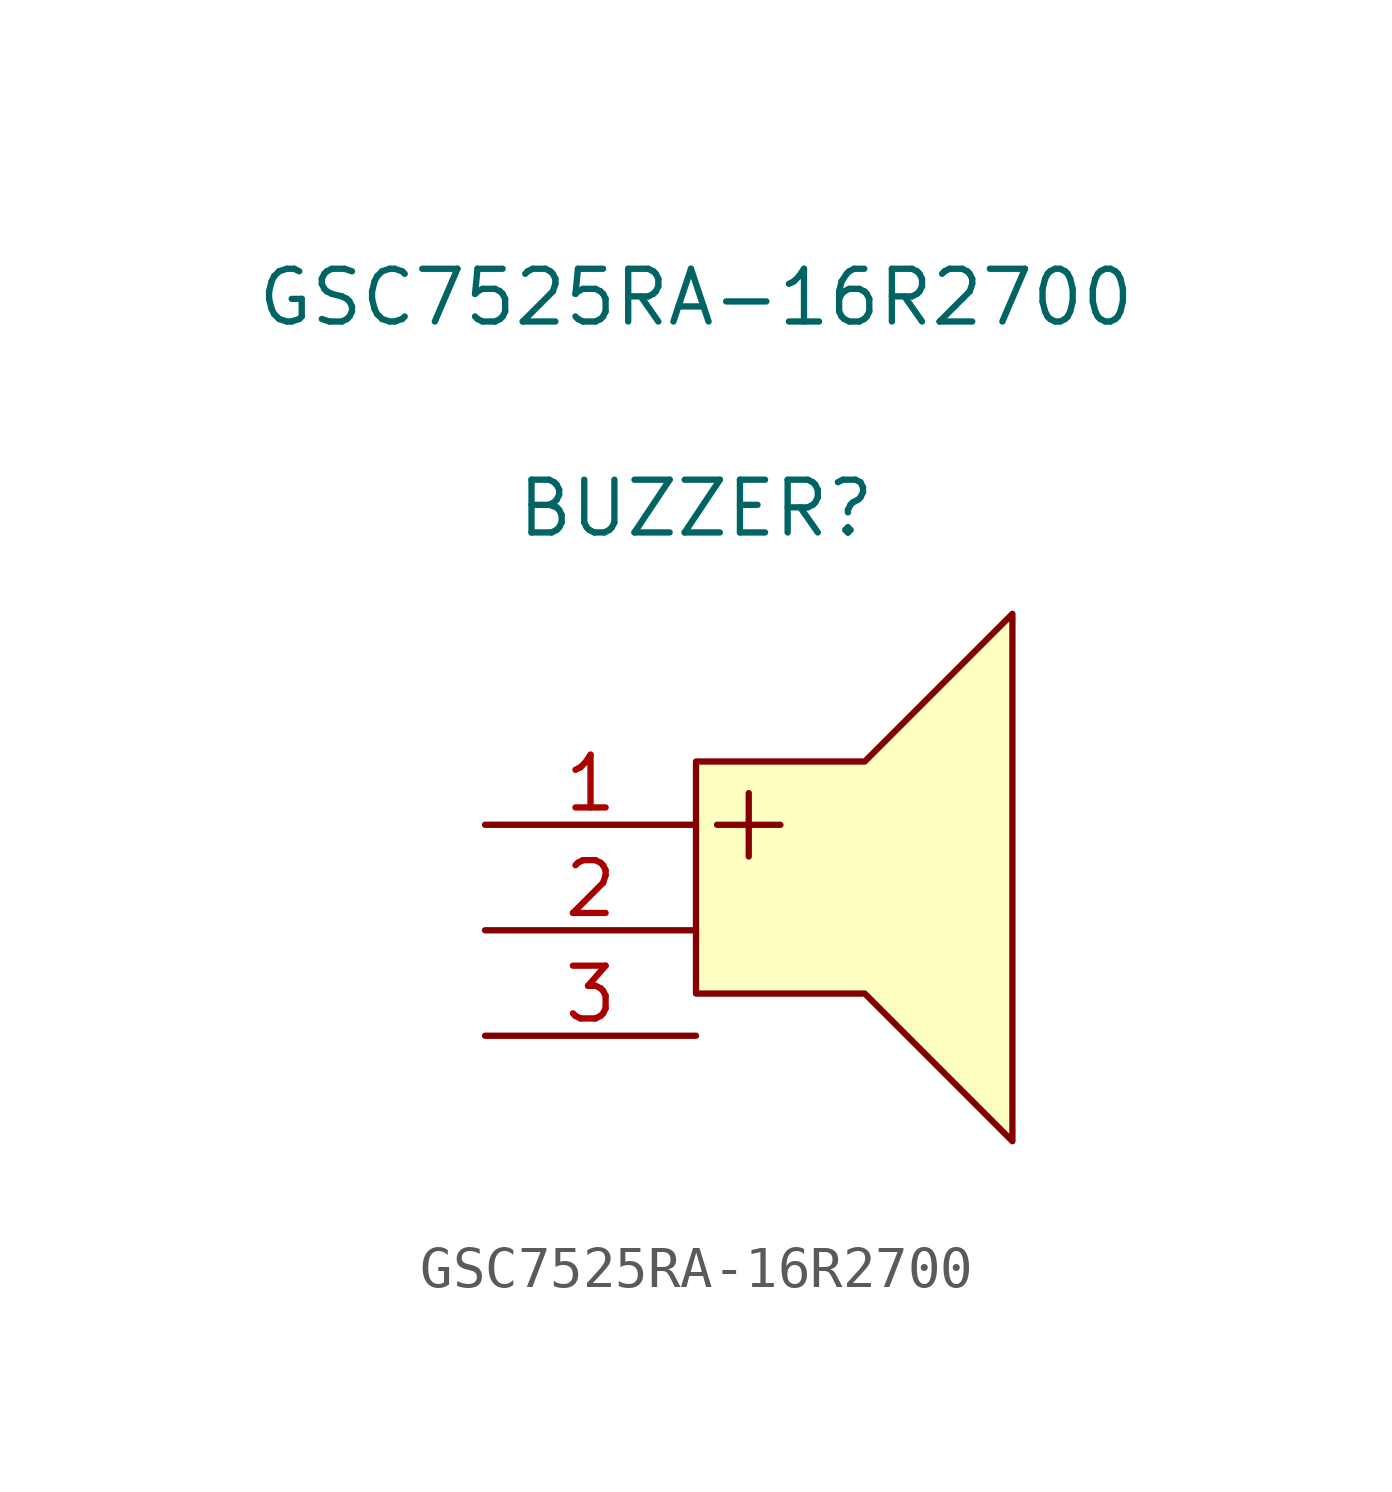
<source format=kicad_sym>
(kicad_symbol_lib
  (version 20220914)
  (generator kicad_symbol_editor)
  (symbol "GSC7525RA-16R2700"
    (pin_names
      (offset 1.016) hide)
    (property "Reference" "BUZZER"
      (at 0 7.62 0)
      (effects (font (size 1.27 1.27))))
    (property "Value" "GSC7525RA-16R2700"
      (at 0 12.7 0)
      (effects (font (size 1.27 1.27))))
    (symbol "GSC7525RA-16R2700_1_1"
      (polyline (pts (xy 1.27 0.762) (xy 1.27 -0.762)) (stroke (width 0.152) (type solid)) (fill (type none)))
      (polyline (pts (xy 2.032 0) (xy 0.508 0)) (stroke (width 0.152) (type solid)) (fill (type none)))
      (polyline (pts (xy 4.064 -4.064) (xy 0 -4.064) (xy 0 1.524) (xy 4.064 1.524) (xy 7.62 5.08) (xy 7.62 -7.62) (xy 4.064 -4.064)) (stroke (width 0.152) (type solid)) (fill (type background)))
      (pin input line (at -5.08 0 0) (length 5.08) (name "+" (effects (font (size 1.27 1.27)))) (number "1" (effects (font (size 1.27 1.27)))))
      (pin input line (at -5.08 -2.54 0) (length 5.08) (name "-" (effects (font (size 1.27 1.27)))) (number "2" (effects (font (size 1.27 1.27)))))
      (pin unspecified line (at -5.08 -5.08 0) (length 5.08) (name "EH" (effects (font (size 1.27 1.27)))) (number "3" (effects (font (size 1.27 1.27))))))))
</source>
